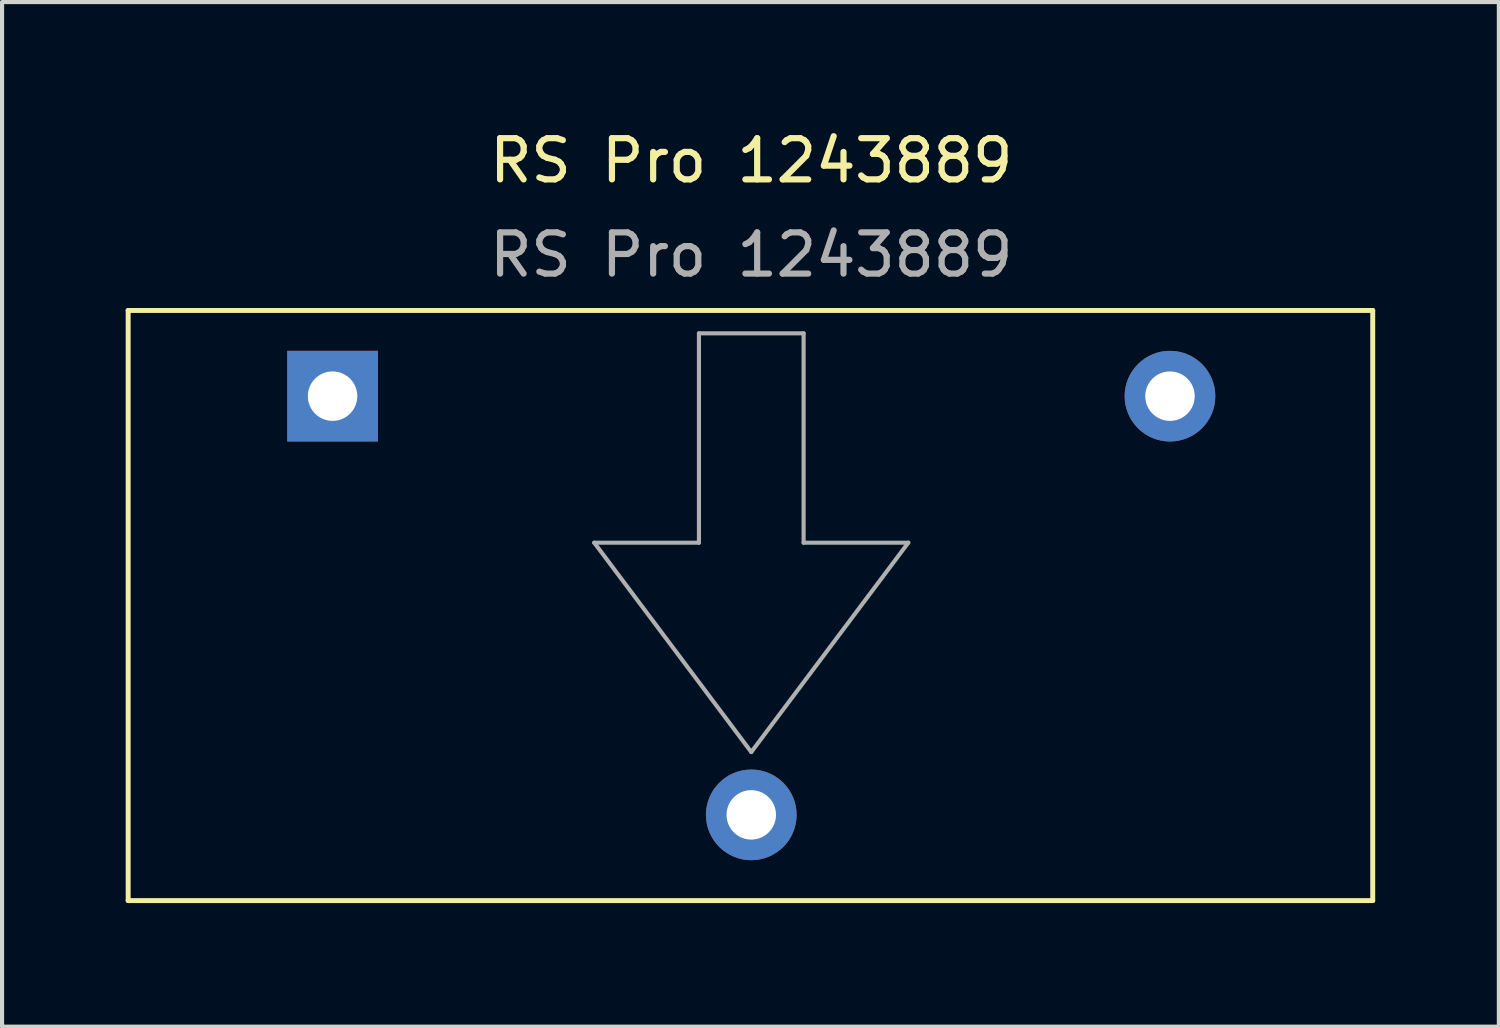
<source format=kicad_pcb>
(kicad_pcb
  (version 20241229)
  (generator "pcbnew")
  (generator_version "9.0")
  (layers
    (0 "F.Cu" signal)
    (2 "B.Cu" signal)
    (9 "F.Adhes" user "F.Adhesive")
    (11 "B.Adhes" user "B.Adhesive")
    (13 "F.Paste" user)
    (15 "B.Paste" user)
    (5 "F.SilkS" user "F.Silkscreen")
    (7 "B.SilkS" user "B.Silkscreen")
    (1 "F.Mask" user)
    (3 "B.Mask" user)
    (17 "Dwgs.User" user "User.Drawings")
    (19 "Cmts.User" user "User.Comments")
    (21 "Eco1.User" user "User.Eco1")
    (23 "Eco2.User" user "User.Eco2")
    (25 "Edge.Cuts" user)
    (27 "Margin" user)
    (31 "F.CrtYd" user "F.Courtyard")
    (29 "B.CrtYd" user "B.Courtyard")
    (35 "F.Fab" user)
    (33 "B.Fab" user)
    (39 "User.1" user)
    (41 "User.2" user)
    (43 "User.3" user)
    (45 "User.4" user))
  (footprint "RS Pro 1243889"
    (layer "F.Cu")
    (at 5.02 6.563)
    (property "Reference" "RS Pro 1243889" (at 10.16 -5.715 0) (layer "F.SilkS") (effects (font (size 1 1) (thickness 0.15))))
    (attr through_hole)
    (fp_line (start -4.96 -2.08) (end -4.96 12.24) (stroke (width 0.12) (type solid)) (layer "F.SilkS"))
    (fp_line (start -4.96 12.24) (end 25.24 12.24) (stroke (width 0.12) (type solid)) (layer "F.SilkS"))
    (fp_line (start 25.24 -2.08) (end -4.96 -2.08) (stroke (width 0.12) (type solid)) (layer "F.SilkS"))
    (fp_line (start 25.24 12.24) (end 25.24 -2.08) (stroke (width 0.12) (type solid)) (layer "F.SilkS"))
    (fp_line (start 6.35 3.556) (end 10.16 8.636) (stroke (width 0.1) (type solid)) (layer "F.Fab"))
    (fp_line (start 8.89 -1.524) (end 8.89 3.556) (stroke (width 0.1) (type solid)) (layer "F.Fab"))
    (fp_line (start 8.89 3.556) (end 6.35 3.556) (stroke (width 0.1) (type solid)) (layer "F.Fab"))
    (fp_line (start 10.16 8.636) (end 13.97 3.556) (stroke (width 0.1) (type solid)) (layer "F.Fab"))
    (fp_line (start 11.43 -1.524) (end 8.89 -1.524) (stroke (width 0.1) (type solid)) (layer "F.Fab"))
    (fp_line (start 11.43 3.556) (end 11.43 -1.524) (stroke (width 0.1) (type solid)) (layer "F.Fab"))
    (fp_line (start 13.97 3.556) (end 11.43 3.556) (stroke (width 0.1) (type solid)) (layer "F.Fab"))
    (fp_text user "${REFERENCE}" (at 10.16 -3.429 0) (layer "F.Fab") (effects (font (size 1 1) (thickness 0.15))))
    (pad "1" thru_hole rect (at 0 0) (size 2.2 2.2) (drill 1.2) (layers "*.Cu" "*.Mask"))
    (pad "2" thru_hole circle (at 20.32 0) (size 2.2 2.2) (drill 1.2) (layers "*.Cu" "*.Mask"))
    (pad "3" thru_hole circle (at 10.16 10.16) (size 2.2 2.2) (drill 1.2) (layers "*.Cu" "*.Mask")))
  (gr_rect
    (start -3 -3)
    (end 33.32 21.863)
    (stroke (width 0.1) (type default))
    (fill no)
    (layer "Edge.Cuts")))
</source>
